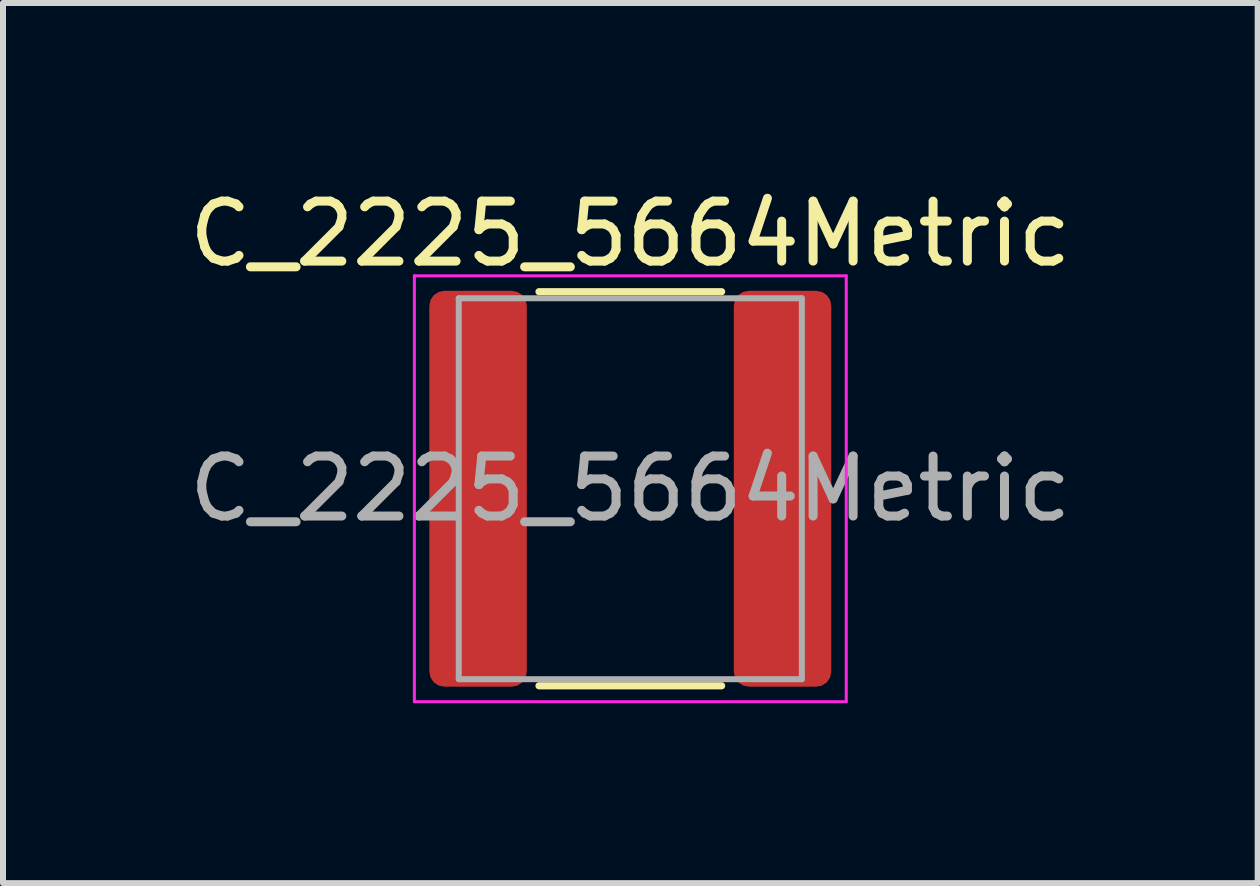
<source format=kicad_pcb>
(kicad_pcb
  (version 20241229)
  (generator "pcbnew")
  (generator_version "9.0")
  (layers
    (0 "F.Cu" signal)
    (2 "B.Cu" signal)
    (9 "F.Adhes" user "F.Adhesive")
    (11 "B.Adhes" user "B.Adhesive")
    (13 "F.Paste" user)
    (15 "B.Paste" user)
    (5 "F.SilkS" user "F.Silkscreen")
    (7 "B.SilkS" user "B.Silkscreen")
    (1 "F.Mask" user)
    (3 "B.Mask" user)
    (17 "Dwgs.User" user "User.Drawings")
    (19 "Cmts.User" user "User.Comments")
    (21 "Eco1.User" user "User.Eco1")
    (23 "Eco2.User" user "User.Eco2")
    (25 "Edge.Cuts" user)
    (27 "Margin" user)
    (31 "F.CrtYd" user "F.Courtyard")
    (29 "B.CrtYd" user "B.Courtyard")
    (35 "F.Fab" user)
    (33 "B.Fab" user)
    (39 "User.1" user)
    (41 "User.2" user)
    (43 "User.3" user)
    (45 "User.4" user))
  (footprint "C_2225_5664Metric"
    (layer "F.Cu")
    (at 7.458 5.098)
    (property "Reference" "C_2225_5664Metric" (at 0 -4.25 0) (layer "F.SilkS") (effects (font (size 1 1) (thickness 0.15))))
    (attr smd)
    (fp_line (start -1.522 -3.285) (end 1.522 -3.285) (stroke (width 0.12) (type solid)) (layer "F.SilkS"))
    (fp_line (start -1.522 3.285) (end 1.522 3.285) (stroke (width 0.12) (type solid)) (layer "F.SilkS"))
    (fp_line (start -3.6 -3.55) (end 3.6 -3.55) (stroke (width 0.05) (type solid)) (layer "F.CrtYd"))
    (fp_line (start -3.6 3.55) (end -3.6 -3.55) (stroke (width 0.05) (type solid)) (layer "F.CrtYd"))
    (fp_line (start 3.6 -3.55) (end 3.6 3.55) (stroke (width 0.05) (type solid)) (layer "F.CrtYd"))
    (fp_line (start 3.6 3.55) (end -3.6 3.55) (stroke (width 0.05) (type solid)) (layer "F.CrtYd"))
    (fp_line (start -2.86 -3.175) (end 2.86 -3.175) (stroke (width 0.1) (type solid)) (layer "F.Fab"))
    (fp_line (start -2.86 3.175) (end -2.86 -3.175) (stroke (width 0.1) (type solid)) (layer "F.Fab"))
    (fp_line (start 2.86 -3.175) (end 2.86 3.175) (stroke (width 0.1) (type solid)) (layer "F.Fab"))
    (fp_line (start 2.86 3.175) (end -2.86 3.175) (stroke (width 0.1) (type solid)) (layer "F.Fab"))
    (fp_text user "${REFERENCE}" (at 0 0 0) (layer "F.Fab") (effects (font (size 1 1) (thickness 0.15))))
    (pad "1" smd roundrect (at -2.538 0) (size 1.625 6.6) (layers "F.Cu" "F.Mask" "F.Paste") (roundrect_rratio 0.154))
    (pad "2" smd roundrect (at 2.538 0) (size 1.625 6.6) (layers "F.Cu" "F.Mask" "F.Paste") (roundrect_rratio 0.154)))
  (gr_rect
    (start -3 -3)
    (end 17.917 11.673)
    (stroke (width 0.1) (type default))
    (fill no)
    (layer "Edge.Cuts")))
</source>
